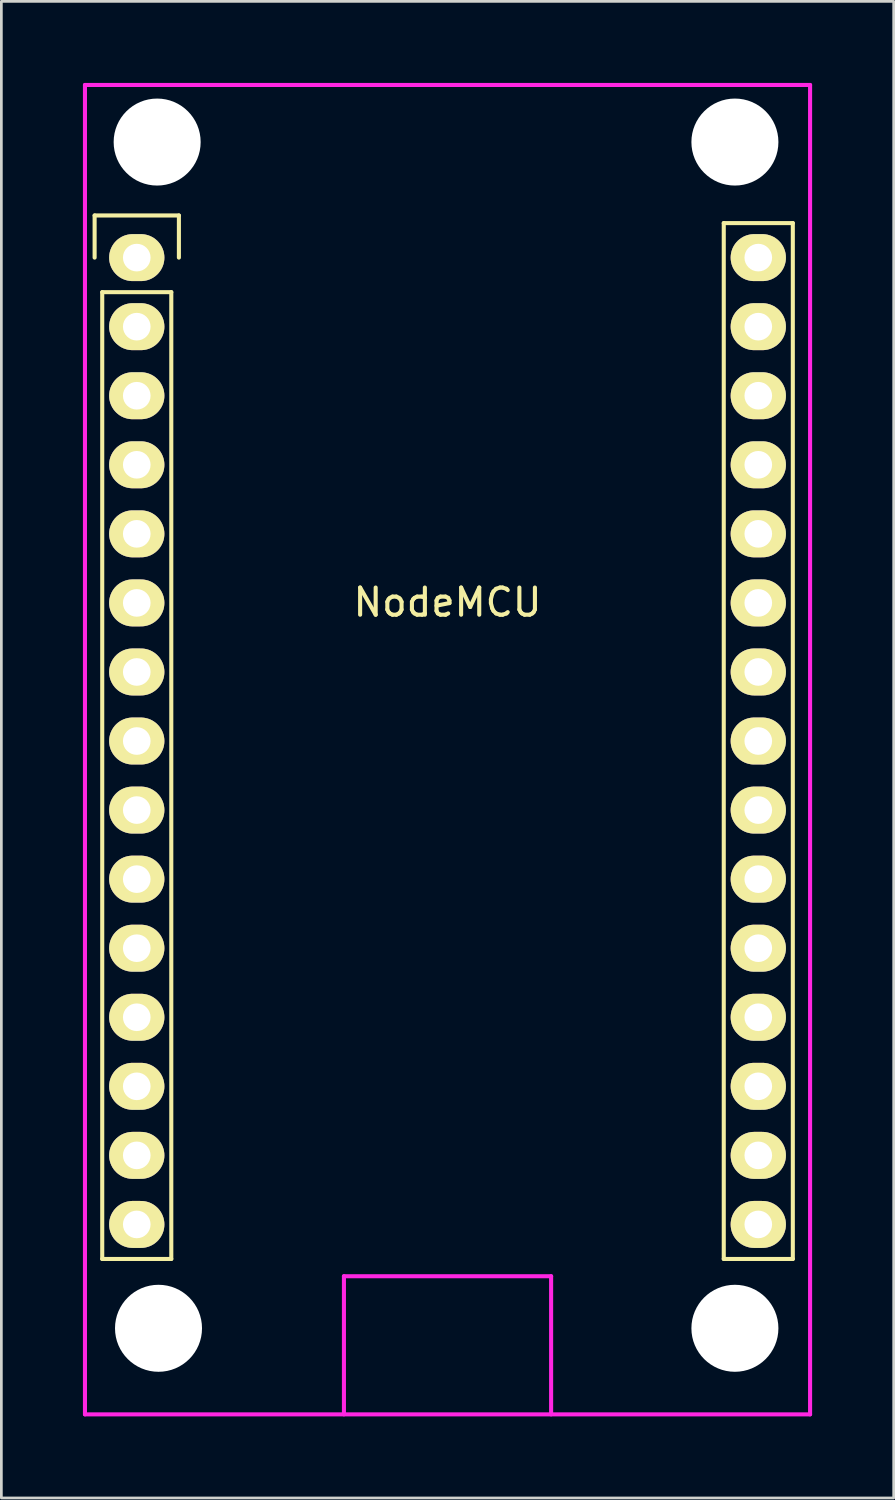
<source format=kicad_pcb>
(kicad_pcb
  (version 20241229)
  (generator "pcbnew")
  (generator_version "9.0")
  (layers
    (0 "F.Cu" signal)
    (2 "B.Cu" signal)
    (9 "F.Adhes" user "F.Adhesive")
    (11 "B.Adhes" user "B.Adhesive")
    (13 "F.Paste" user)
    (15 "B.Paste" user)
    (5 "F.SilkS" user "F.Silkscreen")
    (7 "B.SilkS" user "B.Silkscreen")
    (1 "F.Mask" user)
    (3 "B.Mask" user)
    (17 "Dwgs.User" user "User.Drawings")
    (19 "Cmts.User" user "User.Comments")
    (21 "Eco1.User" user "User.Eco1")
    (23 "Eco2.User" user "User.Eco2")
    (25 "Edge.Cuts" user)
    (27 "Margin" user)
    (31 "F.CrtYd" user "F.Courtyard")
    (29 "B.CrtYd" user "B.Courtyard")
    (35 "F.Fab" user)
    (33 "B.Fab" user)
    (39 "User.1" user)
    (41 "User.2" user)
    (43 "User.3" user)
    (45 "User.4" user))
  (footprint "NodeMCU"
    (layer "F.Cu")
    (at 1.98 6.425)
    (property "Reference" "NodeMCU" (at 11.43 12.68 0) (layer "F.SilkS") (effects (font (size 1 1) (thickness 0.15))))
    (attr through_hole)
    (fp_line (start -1.55 -1.55) (end 1.55 -1.55) (stroke (width 0.15) (type solid)) (layer "F.SilkS"))
    (fp_line (start -1.55 0) (end -1.55 -1.55) (stroke (width 0.15) (type solid)) (layer "F.SilkS"))
    (fp_line (start -1.27 1.27) (end -1.27 36.83) (stroke (width 0.15) (type solid)) (layer "F.SilkS"))
    (fp_line (start -1.27 36.83) (end 1.27 36.83) (stroke (width 0.15) (type solid)) (layer "F.SilkS"))
    (fp_line (start 1.27 1.27) (end -1.27 1.27) (stroke (width 0.15) (type solid)) (layer "F.SilkS"))
    (fp_line (start 1.27 36.83) (end 1.27 1.27) (stroke (width 0.15) (type solid)) (layer "F.SilkS"))
    (fp_line (start 1.55 -1.55) (end 1.55 0) (stroke (width 0.15) (type solid)) (layer "F.SilkS"))
    (fp_line (start 21.59 -1.27) (end 21.59 36.83) (stroke (width 0.15) (type solid)) (layer "F.SilkS"))
    (fp_line (start 21.59 36.83) (end 24.13 36.83) (stroke (width 0.15) (type solid)) (layer "F.SilkS"))
    (fp_line (start 24.13 -1.27) (end 21.59 -1.27) (stroke (width 0.15) (type solid)) (layer "F.SilkS"))
    (fp_line (start 24.13 36.83) (end 24.13 -1.27) (stroke (width 0.15) (type solid)) (layer "F.SilkS"))
    (fp_line (start -1.905 -6.35) (end 24.765 -6.35) (stroke (width 0.15) (type solid)) (layer "F.CrtYd"))
    (fp_line (start -1.905 42.545) (end -1.905 -6.35) (stroke (width 0.15) (type solid)) (layer "F.CrtYd"))
    (fp_line (start 7.62 37.465) (end 15.24 37.465) (stroke (width 0.15) (type solid)) (layer "F.CrtYd"))
    (fp_line (start 7.62 42.545) (end 7.62 37.465) (stroke (width 0.15) (type solid)) (layer "F.CrtYd"))
    (fp_line (start 15.24 37.465) (end 15.24 42.545) (stroke (width 0.15) (type solid)) (layer "F.CrtYd"))
    (fp_line (start 24.765 -6.35) (end 24.765 42.545) (stroke (width 0.15) (type solid)) (layer "F.CrtYd"))
    (fp_line (start 24.765 42.545) (end -1.905 42.545) (stroke (width 0.15) (type solid)) (layer "F.CrtYd"))
    (pad "" np_thru_hole circle (at 0.75 -4.25) (size 3.2 3.2) (drill 3.2) (layers "*.Cu" "*.Mask"))
    (pad "" np_thru_hole circle (at 0.8 39.38) (size 3.2 3.2) (drill 3.2) (layers "*.Cu" "*.Mask"))
    (pad "" np_thru_hole circle (at 22 -4.25) (size 3.2 3.2) (drill 3.2) (layers "*.Cu" "*.Mask"))
    (pad "" np_thru_hole circle (at 22 39.38) (size 3.2 3.2) (drill 3.2) (layers "*.Cu" "*.Mask"))
    (pad "1" thru_hole oval (at 0 0) (size 2.032 1.727) (drill 1.016) (layers "*.Cu" "*.Mask" "F.SilkS"))
    (pad "2" thru_hole oval (at 0 2.54) (size 2.032 1.727) (drill 1.016) (layers "*.Cu" "*.Mask" "F.SilkS"))
    (pad "3" thru_hole oval (at 0 5.08) (size 2.032 1.727) (drill 1.016) (layers "*.Cu" "*.Mask" "F.SilkS"))
    (pad "4" thru_hole oval (at 0 7.62) (size 2.032 1.727) (drill 1.016) (layers "*.Cu" "*.Mask" "F.SilkS"))
    (pad "5" thru_hole oval (at 0 10.16) (size 2.032 1.727) (drill 1.016) (layers "*.Cu" "*.Mask" "F.SilkS"))
    (pad "6" thru_hole oval (at 0 12.7) (size 2.032 1.727) (drill 1.016) (layers "*.Cu" "*.Mask" "F.SilkS"))
    (pad "7" thru_hole oval (at 0 15.24) (size 2.032 1.727) (drill 1.016) (layers "*.Cu" "*.Mask" "F.SilkS"))
    (pad "8" thru_hole oval (at 0 17.78) (size 2.032 1.727) (drill 1.016) (layers "*.Cu" "*.Mask" "F.SilkS"))
    (pad "9" thru_hole oval (at 0 20.32) (size 2.032 1.727) (drill 1.016) (layers "*.Cu" "*.Mask" "F.SilkS"))
    (pad "10" thru_hole oval (at 0 22.86) (size 2.032 1.727) (drill 1.016) (layers "*.Cu" "*.Mask" "F.SilkS"))
    (pad "11" thru_hole oval (at 0 25.4) (size 2.032 1.727) (drill 1.016) (layers "*.Cu" "*.Mask" "F.SilkS"))
    (pad "12" thru_hole oval (at 0 27.94) (size 2.032 1.727) (drill 1.016) (layers "*.Cu" "*.Mask" "F.SilkS"))
    (pad "13" thru_hole oval (at 0 30.48) (size 2.032 1.727) (drill 1.016) (layers "*.Cu" "*.Mask" "F.SilkS"))
    (pad "14" thru_hole oval (at 0 33.02) (size 2.032 1.727) (drill 1.016) (layers "*.Cu" "*.Mask" "F.SilkS"))
    (pad "15" thru_hole oval (at 0 35.56) (size 2.032 1.727) (drill 1.016) (layers "*.Cu" "*.Mask" "F.SilkS"))
    (pad "16" thru_hole oval (at 22.86 35.56) (size 2.032 1.727) (drill 1.016) (layers "*.Cu" "*.Mask" "F.SilkS"))
    (pad "17" thru_hole oval (at 22.86 33.02) (size 2.032 1.727) (drill 1.016) (layers "*.Cu" "*.Mask" "F.SilkS"))
    (pad "18" thru_hole oval (at 22.86 30.48) (size 2.032 1.727) (drill 1.016) (layers "*.Cu" "*.Mask" "F.SilkS"))
    (pad "19" thru_hole oval (at 22.86 27.94) (size 2.032 1.727) (drill 1.016) (layers "*.Cu" "*.Mask" "F.SilkS"))
    (pad "20" thru_hole oval (at 22.86 25.4) (size 2.032 1.727) (drill 1.016) (layers "*.Cu" "*.Mask" "F.SilkS"))
    (pad "21" thru_hole oval (at 22.86 22.86) (size 2.032 1.727) (drill 1.016) (layers "*.Cu" "*.Mask" "F.SilkS"))
    (pad "22" thru_hole oval (at 22.86 20.32) (size 2.032 1.727) (drill 1.016) (layers "*.Cu" "*.Mask" "F.SilkS"))
    (pad "23" thru_hole oval (at 22.86 17.78) (size 2.032 1.727) (drill 1.016) (layers "*.Cu" "*.Mask" "F.SilkS"))
    (pad "24" thru_hole oval (at 22.86 15.24) (size 2.032 1.727) (drill 1.016) (layers "*.Cu" "*.Mask" "F.SilkS"))
    (pad "25" thru_hole oval (at 22.86 12.7) (size 2.032 1.727) (drill 1.016) (layers "*.Cu" "*.Mask" "F.SilkS"))
    (pad "26" thru_hole oval (at 22.86 10.16) (size 2.032 1.727) (drill 1.016) (layers "*.Cu" "*.Mask" "F.SilkS"))
    (pad "27" thru_hole oval (at 22.86 7.62) (size 2.032 1.727) (drill 1.016) (layers "*.Cu" "*.Mask" "F.SilkS"))
    (pad "28" thru_hole oval (at 22.86 5.08) (size 2.032 1.727) (drill 1.016) (layers "*.Cu" "*.Mask" "F.SilkS"))
    (pad "29" thru_hole oval (at 22.86 2.54) (size 2.032 1.727) (drill 1.016) (layers "*.Cu" "*.Mask" "F.SilkS"))
    (pad "30" thru_hole oval (at 22.86 0) (size 2.032 1.727) (drill 1.016) (layers "*.Cu" "*.Mask" "F.SilkS")))
  (gr_rect
    (start -3 -3)
    (end 29.82 52.045)
    (stroke (width 0.1) (type default))
    (fill no)
    (layer "Edge.Cuts")))
</source>
